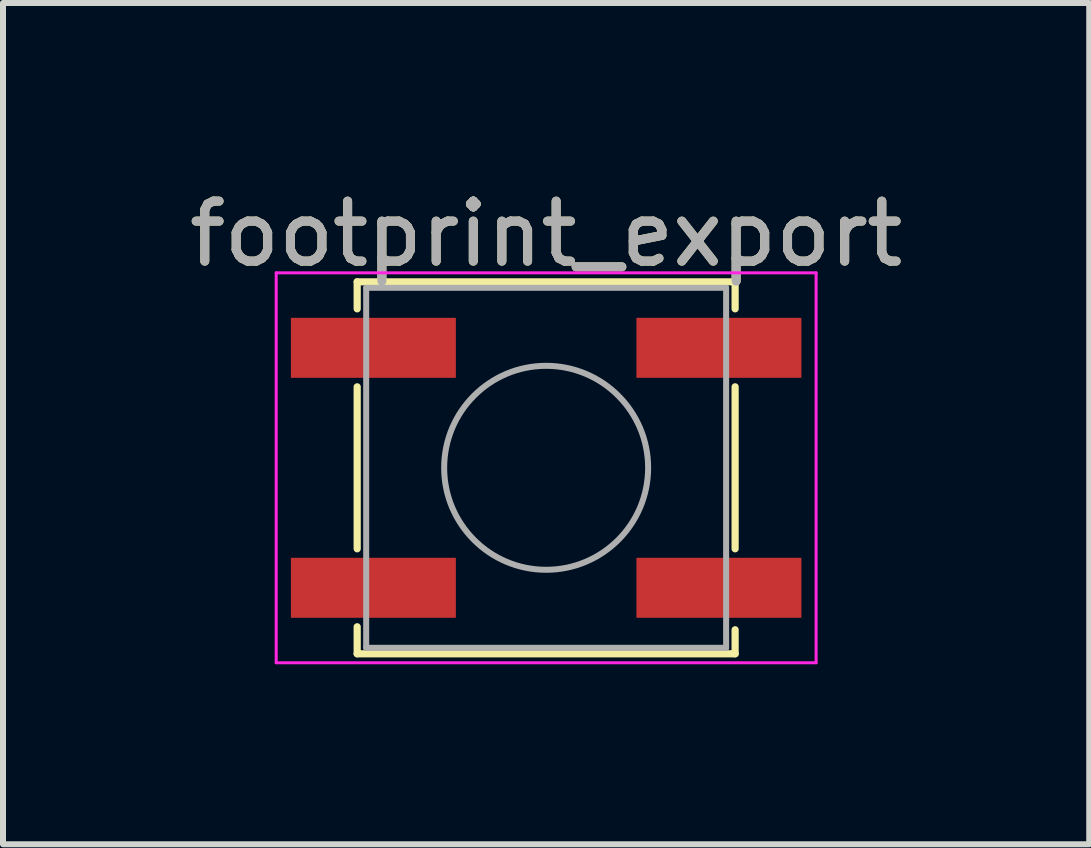
<source format=kicad_pcb>
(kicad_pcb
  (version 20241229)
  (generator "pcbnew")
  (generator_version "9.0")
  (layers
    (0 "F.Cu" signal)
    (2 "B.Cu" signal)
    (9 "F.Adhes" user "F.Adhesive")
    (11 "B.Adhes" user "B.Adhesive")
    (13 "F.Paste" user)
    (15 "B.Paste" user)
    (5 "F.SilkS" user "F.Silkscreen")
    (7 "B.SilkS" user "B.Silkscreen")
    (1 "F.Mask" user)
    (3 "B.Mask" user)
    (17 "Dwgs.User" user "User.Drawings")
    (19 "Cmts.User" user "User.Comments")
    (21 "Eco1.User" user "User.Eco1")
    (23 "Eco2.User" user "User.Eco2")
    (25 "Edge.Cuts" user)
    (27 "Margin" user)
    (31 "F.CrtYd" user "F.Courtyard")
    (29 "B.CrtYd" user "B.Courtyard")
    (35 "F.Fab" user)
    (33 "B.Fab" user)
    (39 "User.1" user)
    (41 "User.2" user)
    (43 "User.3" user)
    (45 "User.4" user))
  (footprint "footprint_export"
    (layer "F.Cu")
    (at 6.054 4.748)
    (property "Reference" "footprint_export" (at 0 -3.9 0) (layer "F.SilkS") (effects (font (size 1 1) (thickness 0.15))))
    (attr smd)
    (fp_line (start -3.15 -3.1) (end 3.15 -3.1) (stroke (width 0.12) (type solid)) (layer "F.SilkS"))
    (fp_line (start -3.15 -2.65) (end -3.15 -3.1) (stroke (width 0.12) (type solid)) (layer "F.SilkS"))
    (fp_line (start -3.15 1.35) (end -3.15 -1.35) (stroke (width 0.12) (type solid)) (layer "F.SilkS"))
    (fp_line (start -3.15 2.65) (end -3.15 3.1) (stroke (width 0.12) (type solid)) (layer "F.SilkS"))
    (fp_line (start -3.15 3.1) (end 3.15 3.1) (stroke (width 0.12) (type solid)) (layer "F.SilkS"))
    (fp_line (start 3.15 -3.1) (end 3.15 -2.65) (stroke (width 0.12) (type solid)) (layer "F.SilkS"))
    (fp_line (start 3.15 -1.35) (end 3.15 1.35) (stroke (width 0.12) (type solid)) (layer "F.SilkS"))
    (fp_line (start 3.15 3.1) (end 3.15 2.7) (stroke (width 0.12) (type solid)) (layer "F.SilkS"))
    (fp_line (start -4.5 -3.25) (end 4.5 -3.25) (stroke (width 0.05) (type solid)) (layer "F.CrtYd"))
    (fp_line (start -4.5 3.25) (end -4.5 -3.25) (stroke (width 0.05) (type solid)) (layer "F.CrtYd"))
    (fp_line (start 4.5 -3.25) (end 4.5 3.25) (stroke (width 0.05) (type solid)) (layer "F.CrtYd"))
    (fp_line (start 4.5 3.25) (end -4.5 3.25) (stroke (width 0.05) (type solid)) (layer "F.CrtYd"))
    (fp_line (start -3 -3) (end 3 -3) (stroke (width 0.1) (type solid)) (layer "F.Fab"))
    (fp_line (start -3 3) (end -3 -3) (stroke (width 0.1) (type solid)) (layer "F.Fab"))
    (fp_line (start 3 -3) (end 3 3) (stroke (width 0.1) (type solid)) (layer "F.Fab"))
    (fp_line (start 3 3) (end -3 3) (stroke (width 0.1) (type solid)) (layer "F.Fab"))
    (fp_circle (center 0 0) (end 1.7 0) (stroke (width 0.1) (type solid)) (fill no) (layer "F.Fab"))
    (fp_text user "${REFERENCE}" (at 0 -3.9 0) (layer "F.Fab") (effects (font (size 1 1) (thickness 0.15))))
    (pad "1" smd rect (at -2.88 -2) (size 2.75 1) (layers "F.Cu" "F.Mask" "F.Paste"))
    (pad "1" smd rect (at 2.88 -2) (size 2.75 1) (layers "F.Cu" "F.Mask" "F.Paste"))
    (pad "2" smd rect (at -2.88 2) (size 2.75 1) (layers "F.Cu" "F.Mask" "F.Paste"))
    (pad "2" smd rect (at 2.88 2) (size 2.75 1) (layers "F.Cu" "F.Mask" "F.Paste")))
  (gr_rect
    (start -3 -3)
    (end 15.107 11.023)
    (stroke (width 0.1) (type default))
    (fill no)
    (layer "Edge.Cuts")))
</source>
